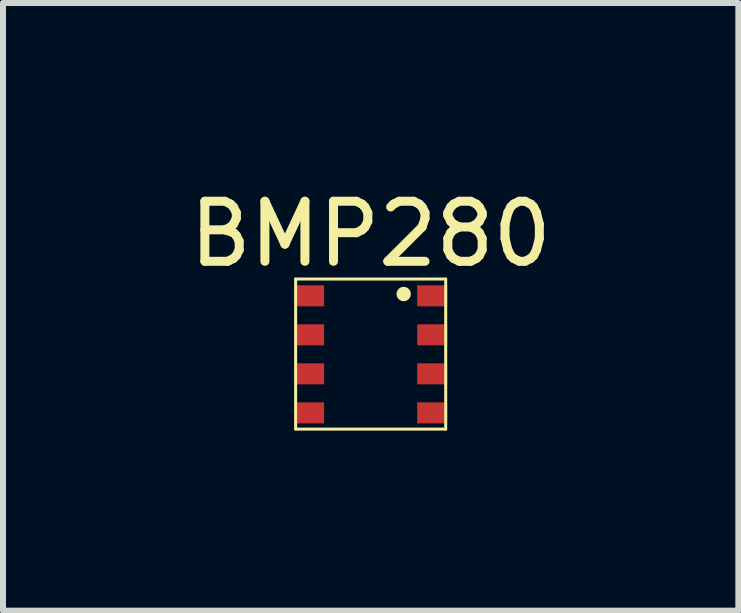
<source format=kicad_pcb>
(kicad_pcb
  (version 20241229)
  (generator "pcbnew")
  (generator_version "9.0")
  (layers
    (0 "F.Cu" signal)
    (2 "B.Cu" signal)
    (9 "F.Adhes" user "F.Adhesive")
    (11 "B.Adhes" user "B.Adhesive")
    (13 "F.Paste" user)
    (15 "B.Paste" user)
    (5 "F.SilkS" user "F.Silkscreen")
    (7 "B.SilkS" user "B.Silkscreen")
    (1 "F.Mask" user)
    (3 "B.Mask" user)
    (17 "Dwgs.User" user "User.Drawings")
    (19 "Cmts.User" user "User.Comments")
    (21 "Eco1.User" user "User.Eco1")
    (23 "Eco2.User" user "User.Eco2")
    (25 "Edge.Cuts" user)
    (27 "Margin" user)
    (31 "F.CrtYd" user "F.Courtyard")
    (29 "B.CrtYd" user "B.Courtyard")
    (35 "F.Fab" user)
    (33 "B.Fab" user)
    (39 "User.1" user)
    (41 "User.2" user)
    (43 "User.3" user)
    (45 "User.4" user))
  (footprint "BMP280"
    (layer "F.Cu")
    (at 3.125 2.848)
    (property "Reference" "BMP280" (at 0 -2 0) (layer "F.SilkS") (effects (font (size 1 1) (thickness 0.15))))
    (attr through_hole)
    (fp_line (start -1.25 -1.25) (end 1.25 -1.25) (stroke (width 0.05) (type solid)) (layer "F.SilkS"))
    (fp_line (start -1.25 1.25) (end -1.25 -1.25) (stroke (width 0.05) (type solid)) (layer "F.SilkS"))
    (fp_line (start 1.25 -1.25) (end 1.25 1.25) (stroke (width 0.05) (type solid)) (layer "F.SilkS"))
    (fp_line (start 1.25 1.25) (end -1.25 1.25) (stroke (width 0.05) (type solid)) (layer "F.SilkS"))
    (fp_circle (center 0.55 -1) (end 0.605 -1.025) (stroke (width 0.12) (type solid)) (fill no) (layer "F.SilkS"))
    (pad "1" smd rect (at 1.025 -0.97) (size 0.5 0.35) (layers "F.Cu" "F.Mask" "F.Paste"))
    (pad "2" smd rect (at 1.025 -0.32) (size 0.5 0.35) (layers "F.Cu" "F.Mask" "F.Paste"))
    (pad "3" smd rect (at 1.025 0.33) (size 0.5 0.35) (layers "F.Cu" "F.Mask" "F.Paste"))
    (pad "4" smd rect (at 1.025 0.98) (size 0.5 0.35) (layers "F.Cu" "F.Mask" "F.Paste"))
    (pad "5" smd rect (at -1.025 0.98) (size 0.5 0.35) (layers "F.Cu" "F.Mask" "F.Paste"))
    (pad "6" smd rect (at -1.025 0.33) (size 0.5 0.35) (layers "F.Cu" "F.Mask" "F.Paste"))
    (pad "7" smd rect (at -1.025 -0.32) (size 0.5 0.35) (layers "F.Cu" "F.Mask" "F.Paste"))
    (pad "8" smd rect (at -1.025 -0.97) (size 0.5 0.35) (layers "F.Cu" "F.Mask" "F.Paste")))
  (gr_rect
    (start -3 -3)
    (end 9.25 7.123)
    (stroke (width 0.1) (type default))
    (fill no)
    (layer "Edge.Cuts")))
</source>
